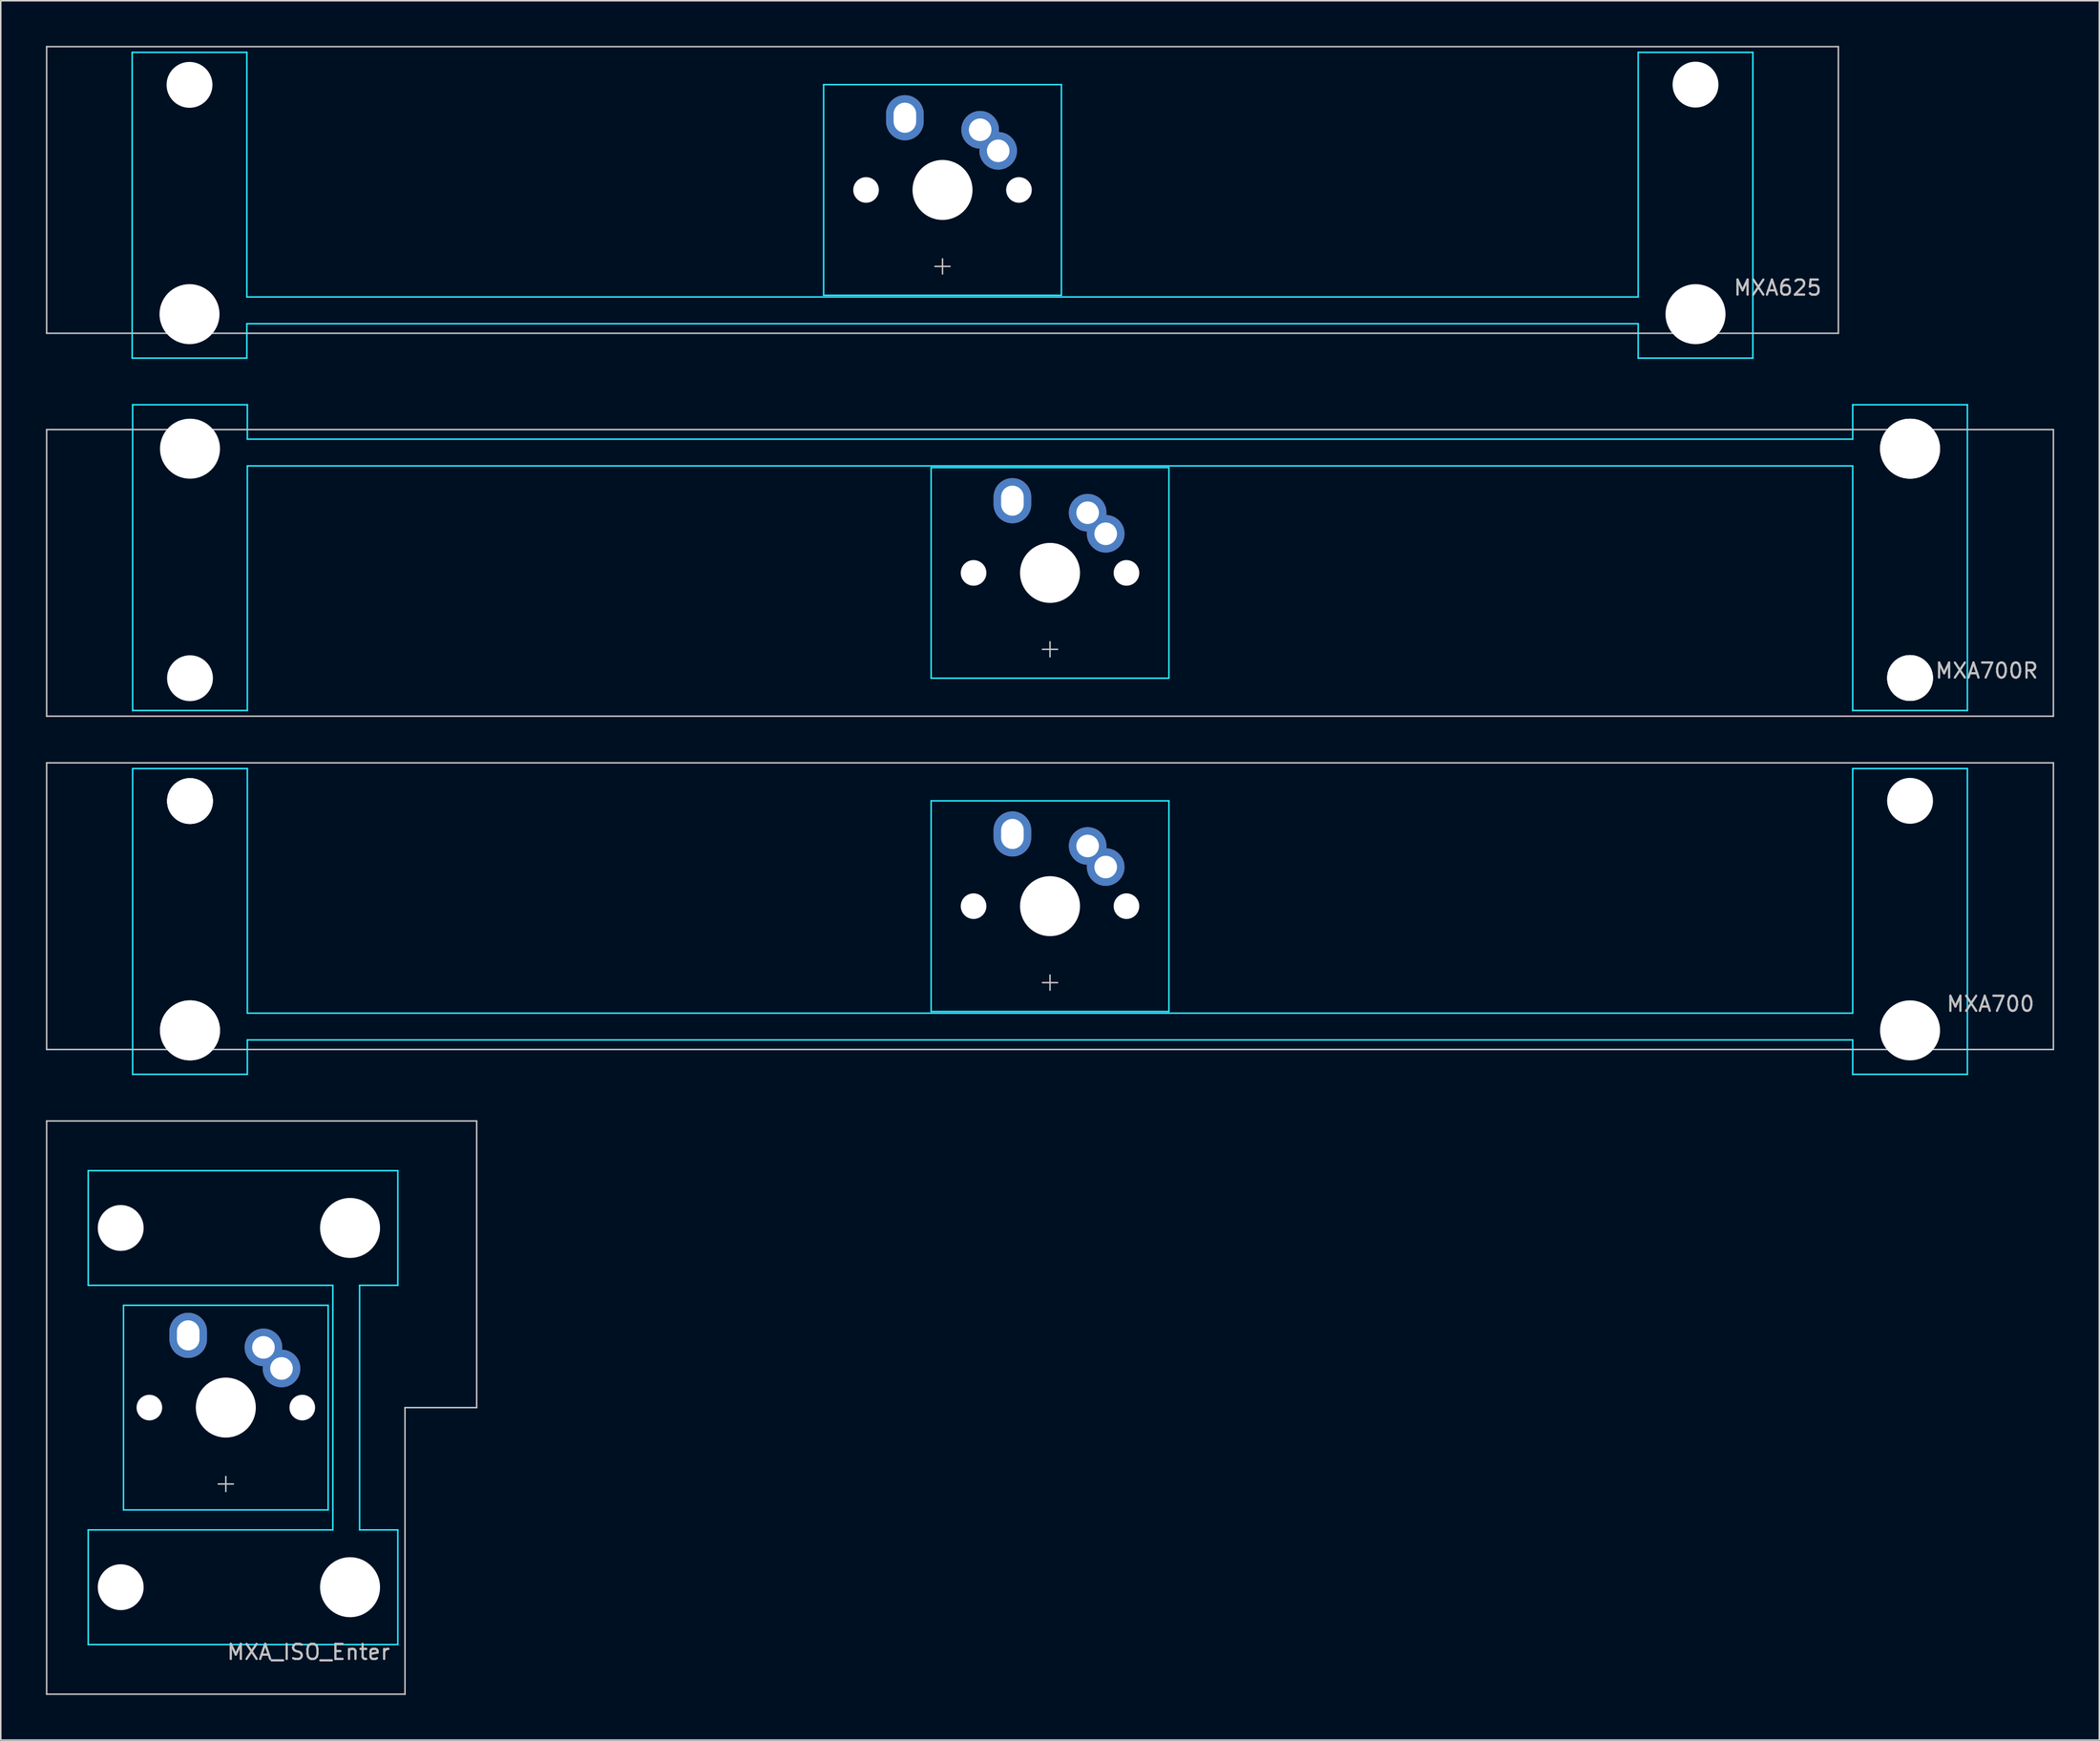
<source format=kicad_pcb>
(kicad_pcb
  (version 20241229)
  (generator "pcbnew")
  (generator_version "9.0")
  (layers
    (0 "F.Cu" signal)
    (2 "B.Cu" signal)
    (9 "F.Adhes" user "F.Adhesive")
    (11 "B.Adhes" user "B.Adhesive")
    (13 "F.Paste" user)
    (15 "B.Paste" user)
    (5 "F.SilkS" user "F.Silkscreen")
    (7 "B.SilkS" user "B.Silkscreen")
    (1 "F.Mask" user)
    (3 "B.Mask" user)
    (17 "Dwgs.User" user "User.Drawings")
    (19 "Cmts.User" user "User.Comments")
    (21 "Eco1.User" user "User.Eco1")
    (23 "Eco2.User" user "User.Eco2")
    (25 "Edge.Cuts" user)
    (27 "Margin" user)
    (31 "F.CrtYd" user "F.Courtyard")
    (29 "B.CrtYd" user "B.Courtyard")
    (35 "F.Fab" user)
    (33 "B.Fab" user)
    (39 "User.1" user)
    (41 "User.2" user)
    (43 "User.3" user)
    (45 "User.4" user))
  (footprint "MXA700"
    (layer "F.Cu")
    (at 66.725 57.177)
    (property "Reference" "MXA700" (at 65.5 6.5 0) (layer "Dwgs.User") (effects (font (size 1 1) (thickness 0.15)) (justify right)))
    (attr through_hole)
    (fp_line (start -66.675 -9.525) (end -66.675 9.525) (stroke (width 0.1) (type solid)) (layer "Dwgs.User"))
    (fp_line (start -66.675 -9.525) (end 66.675 -9.525) (stroke (width 0.1) (type solid)) (layer "Dwgs.User"))
    (fp_line (start -66.675 9.525) (end 66.675 9.525) (stroke (width 0.1) (type solid)) (layer "Dwgs.User"))
    (fp_line (start -0.5 5.08) (end 0.5 5.08) (stroke (width 0.1) (type solid)) (layer "Dwgs.User"))
    (fp_line (start 0 4.58) (end 0 5.58) (stroke (width 0.1) (type solid)) (layer "Dwgs.User"))
    (fp_line (start 66.675 -9.525) (end 66.675 9.525) (stroke (width 0.1) (type solid)) (layer "Dwgs.User"))
    (fp_line (start -60.96 -9.144) (end -60.96 11.176) (stroke (width 0.1) (type solid)) (layer "B.CrtYd"))
    (fp_line (start -60.96 -9.144) (end -53.34 -9.144) (stroke (width 0.1) (type solid)) (layer "B.CrtYd"))
    (fp_line (start -60.96 11.176) (end -53.34 11.176) (stroke (width 0.1) (type solid)) (layer "B.CrtYd"))
    (fp_line (start -53.34 7.112) (end -53.34 -9.144) (stroke (width 0.1) (type solid)) (layer "B.CrtYd"))
    (fp_line (start -53.34 7.112) (end 53.34 7.112) (stroke (width 0.1) (type solid)) (layer "B.CrtYd"))
    (fp_line (start -53.34 8.89) (end -53.34 11.176) (stroke (width 0.1) (type solid)) (layer "B.CrtYd"))
    (fp_line (start -53.34 8.89) (end 53.34 8.89) (stroke (width 0.1) (type solid)) (layer "B.CrtYd"))
    (fp_line (start -7.9 -7) (end 7.9 -7) (stroke (width 0.1) (type solid)) (layer "B.CrtYd"))
    (fp_line (start -7.9 7) (end -7.9 -7) (stroke (width 0.1) (type solid)) (layer "B.CrtYd"))
    (fp_line (start -7.9 7) (end 7.9 7) (stroke (width 0.1) (type solid)) (layer "B.CrtYd"))
    (fp_line (start 7.9 7) (end 7.9 -7) (stroke (width 0.1) (type solid)) (layer "B.CrtYd"))
    (fp_line (start 53.34 -9.144) (end 60.96 -9.144) (stroke (width 0.1) (type solid)) (layer "B.CrtYd"))
    (fp_line (start 53.34 7.112) (end 53.34 -9.144) (stroke (width 0.1) (type solid)) (layer "B.CrtYd"))
    (fp_line (start 53.34 8.89) (end 53.34 11.176) (stroke (width 0.1) (type solid)) (layer "B.CrtYd"))
    (fp_line (start 53.34 11.176) (end 60.96 11.176) (stroke (width 0.1) (type solid)) (layer "B.CrtYd"))
    (fp_line (start 60.96 -9.144) (end 60.96 11.176) (stroke (width 0.1) (type solid)) (layer "B.CrtYd"))
    (pad "" np_thru_hole circle (at -57.15 -6.985 180) (size 3.048 3.048) (drill 3.048) (layers "*.Cu" "*.Mask"))
    (pad "" np_thru_hole circle (at -57.15 -6.985 180) (size 3.048 3.048) (drill 3.048) (layers "*.Cu" "*.Mask"))
    (pad "" np_thru_hole circle (at -57.15 8.255 180) (size 3.988 3.988) (drill 3.988) (layers "*.Cu" "*.Mask"))
    (pad "" np_thru_hole circle (at -57.15 8.255 180) (size 3.988 3.988) (drill 3.988) (layers "*.Cu" "*.Mask"))
    (pad "" np_thru_hole circle (at -5.08 0) (size 1.702 1.702) (drill 1.702) (layers "*.Cu" "*.Mask"))
    (pad "" smd oval (at -2.5 -4.8) (size 1.4 1.9) (layers "B.Mask"))
    (pad "" np_thru_hole circle (at 0 0) (size 3.988 3.988) (drill 3.988) (layers "*.Cu" "*.Mask"))
    (pad "" smd circle (at 2.5 -4 45) (size 1.4 1.4) (layers "B.Mask"))
    (pad "" smd circle (at 3.7 -2.6 45) (size 1.4 1.4) (layers "B.Mask"))
    (pad "" np_thru_hole circle (at 5.08 0) (size 1.702 1.702) (drill 1.702) (layers "*.Cu" "*.Mask"))
    (pad "" np_thru_hole circle (at 57.15 -7 180) (size 3.048 3.048) (drill 3.048) (layers "*.Cu" "*.Mask"))
    (pad "" np_thru_hole circle (at 57.15 8.255 180) (size 3.988 3.988) (drill 3.988) (layers "*.Cu" "*.Mask"))
    (pad "1" thru_hole oval (at -2.5 -4.8) (size 2.5 3) (drill oval 1.5 2) (layers "*.Cu" "F.Mask"))
    (pad "2" thru_hole circle (at 2.5 -4 45) (size 2.5 2.5) (drill 1.5) (layers "*.Cu" "F.Mask"))
    (pad "2" thru_hole circle (at 3.7 -2.6 45) (size 2.5 2.5) (drill 1.5) (layers "*.Cu" "F.Mask")))
  (footprint "MXA_ISO_Enter"
    (layer "F.Cu")
    (at 11.956 90.503)
    (property "Reference" "MXA_ISO_Enter" (at 11 16.25 0) (layer "Dwgs.User") (effects (font (size 1 1) (thickness 0.15)) (justify right)))
    (attr through_hole)
    (fp_line (start -11.906 19.05) (end -11.906 -19.05) (stroke (width 0.1) (type solid)) (layer "Dwgs.User"))
    (fp_line (start -0.5 5.08) (end 0.5 5.08) (stroke (width 0.1) (type solid)) (layer "Dwgs.User"))
    (fp_line (start 0 4.58) (end 0 5.58) (stroke (width 0.1) (type solid)) (layer "Dwgs.User"))
    (fp_line (start 11.906 19.05) (end -11.906 19.05) (stroke (width 0.1) (type solid)) (layer "Dwgs.User"))
    (fp_line (start 11.906 19.05) (end 11.906 0) (stroke (width 0.1) (type solid)) (layer "Dwgs.User"))
    (fp_line (start 16.669 -19.05) (end -11.906 -19.05) (stroke (width 0.1) (type solid)) (layer "Dwgs.User"))
    (fp_line (start 16.669 0) (end 11.906 0) (stroke (width 0.1) (type solid)) (layer "Dwgs.User"))
    (fp_line (start 16.669 0) (end 16.669 -19.05) (stroke (width 0.1) (type solid)) (layer "Dwgs.User"))
    (fp_line (start -9.144 -15.748) (end 11.43 -15.748) (stroke (width 0.1) (type solid)) (layer "B.CrtYd"))
    (fp_line (start -9.144 -8.128) (end -9.144 -15.748) (stroke (width 0.1) (type solid)) (layer "B.CrtYd"))
    (fp_line (start -9.144 -8.128) (end 7.112 -8.128) (stroke (width 0.1) (type solid)) (layer "B.CrtYd"))
    (fp_line (start -9.144 8.128) (end 7.112 8.128) (stroke (width 0.1) (type solid)) (layer "B.CrtYd"))
    (fp_line (start -9.144 15.748) (end -9.144 8.128) (stroke (width 0.1) (type solid)) (layer "B.CrtYd"))
    (fp_line (start -6.8 6.8) (end -6.8 -6.8) (stroke (width 0.1) (type solid)) (layer "B.CrtYd"))
    (fp_line (start 6.8 -6.8) (end -6.8 -6.8) (stroke (width 0.1) (type solid)) (layer "B.CrtYd"))
    (fp_line (start 6.8 6.8) (end -6.8 6.8) (stroke (width 0.1) (type solid)) (layer "B.CrtYd"))
    (fp_line (start 6.8 6.8) (end 6.8 -6.8) (stroke (width 0.1) (type solid)) (layer "B.CrtYd"))
    (fp_line (start 7.112 8.128) (end 7.112 -8.128) (stroke (width 0.1) (type solid)) (layer "B.CrtYd"))
    (fp_line (start 8.89 8.128) (end 8.89 -8.128) (stroke (width 0.1) (type solid)) (layer "B.CrtYd"))
    (fp_line (start 11.43 -15.748) (end 11.43 -8.128) (stroke (width 0.1) (type solid)) (layer "B.CrtYd"))
    (fp_line (start 11.43 -8.128) (end 8.89 -8.128) (stroke (width 0.1) (type solid)) (layer "B.CrtYd"))
    (fp_line (start 11.43 8.128) (end 8.89 8.128) (stroke (width 0.1) (type solid)) (layer "B.CrtYd"))
    (fp_line (start 11.43 8.128) (end 11.43 15.748) (stroke (width 0.1) (type solid)) (layer "B.CrtYd"))
    (fp_line (start 11.43 15.748) (end -9.144 15.748) (stroke (width 0.1) (type solid)) (layer "B.CrtYd"))
    (pad "" np_thru_hole circle (at -6.985 -11.938 90) (size 3.048 3.048) (drill 3.048) (layers "*.Cu" "*.Mask"))
    (pad "" np_thru_hole circle (at -6.985 11.938 90) (size 3.048 3.048) (drill 3.048) (layers "*.Cu" "*.Mask"))
    (pad "" np_thru_hole circle (at -5.08 0) (size 1.702 1.702) (drill 1.702) (layers "*.Cu" "*.Mask"))
    (pad "" smd oval (at -2.5 -4.8) (size 1.4 1.9) (layers "B.Mask"))
    (pad "" np_thru_hole circle (at 0 0) (size 3.988 3.988) (drill 3.988) (layers "*.Cu" "*.Mask"))
    (pad "" smd circle (at 2.5 -4 45) (size 1.4 1.4) (layers "B.Mask"))
    (pad "" smd circle (at 3.7 -2.6 45) (size 1.4 1.4) (layers "B.Mask"))
    (pad "" np_thru_hole circle (at 5.08 0) (size 1.702 1.702) (drill 1.702) (layers "*.Cu" "*.Mask"))
    (pad "" np_thru_hole circle (at 8.255 -11.938 90) (size 3.988 3.988) (drill 3.988) (layers "*.Cu" "*.Mask"))
    (pad "" np_thru_hole circle (at 8.255 11.938 90) (size 3.988 3.988) (drill 3.988) (layers "*.Cu" "*.Mask"))
    (pad "1" thru_hole oval (at -2.5 -4.8) (size 2.5 3) (drill oval 1.5 2) (layers "*.Cu" "F.Mask"))
    (pad "2" thru_hole circle (at 2.5 -4 45) (size 2.5 2.5) (drill 1.5) (layers "*.Cu" "F.Mask"))
    (pad "2" thru_hole circle (at 3.7 -2.6 45) (size 2.5 2.5) (drill 1.5) (layers "*.Cu" "F.Mask")))
  (footprint "MXA625"
    (layer "F.Cu")
    (at 59.581 9.575)
    (property "Reference" "MXA625" (at 58.5 6.5 0) (layer "Dwgs.User") (effects (font (size 1 1) (thickness 0.15)) (justify right)))
    (attr through_hole)
    (fp_line (start -59.531 -9.525) (end -59.531 9.525) (stroke (width 0.1) (type solid)) (layer "Dwgs.User"))
    (fp_line (start -59.531 -9.525) (end 59.531 -9.525) (stroke (width 0.1) (type solid)) (layer "Dwgs.User"))
    (fp_line (start -59.531 9.525) (end 59.531 9.525) (stroke (width 0.1) (type solid)) (layer "Dwgs.User"))
    (fp_line (start -0.5 5.08) (end 0.5 5.08) (stroke (width 0.1) (type solid)) (layer "Dwgs.User"))
    (fp_line (start 0 4.58) (end 0 5.58) (stroke (width 0.1) (type solid)) (layer "Dwgs.User"))
    (fp_line (start 59.531 -9.525) (end 59.531 9.525) (stroke (width 0.1) (type solid)) (layer "Dwgs.User"))
    (fp_line (start -53.848 -9.144) (end -53.848 11.176) (stroke (width 0.1) (type solid)) (layer "B.CrtYd"))
    (fp_line (start -53.848 -9.144) (end -46.228 -9.144) (stroke (width 0.1) (type solid)) (layer "B.CrtYd"))
    (fp_line (start -53.848 11.176) (end -46.228 11.176) (stroke (width 0.1) (type solid)) (layer "B.CrtYd"))
    (fp_line (start -46.228 7.112) (end -46.228 -9.144) (stroke (width 0.1) (type solid)) (layer "B.CrtYd"))
    (fp_line (start -46.228 7.112) (end 46.228 7.112) (stroke (width 0.1) (type solid)) (layer "B.CrtYd"))
    (fp_line (start -46.228 8.89) (end -46.228 11.176) (stroke (width 0.1) (type solid)) (layer "B.CrtYd"))
    (fp_line (start -46.228 8.89) (end 46.228 8.89) (stroke (width 0.1) (type solid)) (layer "B.CrtYd"))
    (fp_line (start -7.9 -7) (end 7.9 -7) (stroke (width 0.1) (type solid)) (layer "B.CrtYd"))
    (fp_line (start -7.9 7) (end -7.9 -7) (stroke (width 0.1) (type solid)) (layer "B.CrtYd"))
    (fp_line (start -7.9 7) (end 7.9 7) (stroke (width 0.1) (type solid)) (layer "B.CrtYd"))
    (fp_line (start 7.9 7) (end 7.9 -7) (stroke (width 0.1) (type solid)) (layer "B.CrtYd"))
    (fp_line (start 46.228 -9.144) (end 53.848 -9.144) (stroke (width 0.1) (type solid)) (layer "B.CrtYd"))
    (fp_line (start 46.228 7.112) (end 46.228 -9.144) (stroke (width 0.1) (type solid)) (layer "B.CrtYd"))
    (fp_line (start 46.228 8.89) (end 46.228 11.176) (stroke (width 0.1) (type solid)) (layer "B.CrtYd"))
    (fp_line (start 46.228 11.176) (end 53.848 11.176) (stroke (width 0.1) (type solid)) (layer "B.CrtYd"))
    (fp_line (start 53.848 -9.144) (end 53.848 11.176) (stroke (width 0.1) (type solid)) (layer "B.CrtYd"))
    (pad "" np_thru_hole circle (at -50.038 -6.985 180) (size 3.048 3.048) (drill 3.048) (layers "*.Cu" "*.Mask"))
    (pad "" np_thru_hole circle (at -50.038 8.255 180) (size 3.988 3.988) (drill 3.988) (layers "*.Cu" "*.Mask"))
    (pad "" np_thru_hole circle (at -5.08 0) (size 1.702 1.702) (drill 1.702) (layers "*.Cu" "*.Mask"))
    (pad "" smd oval (at -2.5 -4.8) (size 1.4 1.9) (layers "B.Mask"))
    (pad "" np_thru_hole circle (at 0 0) (size 3.988 3.988) (drill 3.988) (layers "*.Cu" "*.Mask"))
    (pad "" smd circle (at 2.5 -4 45) (size 1.4 1.4) (layers "B.Mask"))
    (pad "" smd circle (at 3.7 -2.6 45) (size 1.4 1.4) (layers "B.Mask"))
    (pad "" np_thru_hole circle (at 5.08 0) (size 1.702 1.702) (drill 1.702) (layers "*.Cu" "*.Mask"))
    (pad "" np_thru_hole circle (at 50.038 -7 180) (size 3.048 3.048) (drill 3.048) (layers "*.Cu" "*.Mask"))
    (pad "" np_thru_hole circle (at 50.038 8.255 180) (size 3.988 3.988) (drill 3.988) (layers "*.Cu" "*.Mask"))
    (pad "1" thru_hole oval (at -2.5 -4.8) (size 2.5 3) (drill oval 1.5 2) (layers "*.Cu" "F.Mask"))
    (pad "2" thru_hole circle (at 2.5 -4 45) (size 2.5 2.5) (drill 1.5) (layers "*.Cu" "F.Mask"))
    (pad "2" thru_hole circle (at 3.7 -2.6 45) (size 2.5 2.5) (drill 1.5) (layers "*.Cu" "F.Mask")))
  (footprint "MXA700R"
    (layer "F.Cu")
    (at 66.725 35.027)
    (property "Reference" "MXA700R" (at 65.75 6.5 0) (layer "Dwgs.User") (effects (font (size 1 1) (thickness 0.15)) (justify right)))
    (attr through_hole)
    (fp_line (start -66.675 -9.525) (end -66.675 9.525) (stroke (width 0.1) (type solid)) (layer "Dwgs.User"))
    (fp_line (start -66.675 -9.525) (end 66.675 -9.525) (stroke (width 0.1) (type solid)) (layer "Dwgs.User"))
    (fp_line (start -66.675 9.525) (end 66.675 9.525) (stroke (width 0.1) (type solid)) (layer "Dwgs.User"))
    (fp_line (start -0.5 5.08) (end 0.5 5.08) (stroke (width 0.1) (type solid)) (layer "Dwgs.User"))
    (fp_line (start 0 4.58) (end 0 5.58) (stroke (width 0.1) (type solid)) (layer "Dwgs.User"))
    (fp_line (start 66.675 -9.525) (end 66.675 9.525) (stroke (width 0.1) (type solid)) (layer "Dwgs.User"))
    (fp_line (start -60.96 9.144) (end -60.96 -11.176) (stroke (width 0.1) (type solid)) (layer "B.CrtYd"))
    (fp_line (start -53.34 -11.176) (end -60.96 -11.176) (stroke (width 0.1) (type solid)) (layer "B.CrtYd"))
    (fp_line (start -53.34 -8.89) (end -53.34 -11.176) (stroke (width 0.1) (type solid)) (layer "B.CrtYd"))
    (fp_line (start -53.34 -7.112) (end -53.34 9.144) (stroke (width 0.1) (type solid)) (layer "B.CrtYd"))
    (fp_line (start -53.34 9.144) (end -60.96 9.144) (stroke (width 0.1) (type solid)) (layer "B.CrtYd"))
    (fp_line (start -7.9 -7) (end -7.9 7) (stroke (width 0.1) (type solid)) (layer "B.CrtYd"))
    (fp_line (start 7.9 -7) (end -7.9 -7) (stroke (width 0.1) (type solid)) (layer "B.CrtYd"))
    (fp_line (start 7.9 -7) (end 7.9 7) (stroke (width 0.1) (type solid)) (layer "B.CrtYd"))
    (fp_line (start 7.9 7) (end -7.9 7) (stroke (width 0.1) (type solid)) (layer "B.CrtYd"))
    (fp_line (start 53.34 -8.89) (end -53.34 -8.89) (stroke (width 0.1) (type solid)) (layer "B.CrtYd"))
    (fp_line (start 53.34 -8.89) (end 53.34 -11.176) (stroke (width 0.1) (type solid)) (layer "B.CrtYd"))
    (fp_line (start 53.34 -7.112) (end -53.34 -7.112) (stroke (width 0.1) (type solid)) (layer "B.CrtYd"))
    (fp_line (start 53.34 -7.112) (end 53.34 9.144) (stroke (width 0.1) (type solid)) (layer "B.CrtYd"))
    (fp_line (start 60.96 -11.176) (end 53.34 -11.176) (stroke (width 0.1) (type solid)) (layer "B.CrtYd"))
    (fp_line (start 60.96 9.144) (end 53.34 9.144) (stroke (width 0.1) (type solid)) (layer "B.CrtYd"))
    (fp_line (start 60.96 9.144) (end 60.96 -11.176) (stroke (width 0.1) (type solid)) (layer "B.CrtYd"))
    (pad "" np_thru_hole circle (at -57.15 -8.255) (size 3.988 3.988) (drill 3.988) (layers "*.Cu" "*.Mask"))
    (pad "" np_thru_hole circle (at -57.15 7) (size 3.048 3.048) (drill 3.048) (layers "*.Cu" "*.Mask"))
    (pad "" np_thru_hole circle (at -5.08 0) (size 1.702 1.702) (drill 1.702) (layers "*.Cu" "*.Mask"))
    (pad "" smd oval (at -2.5 -4.8) (size 1.4 1.9) (layers "B.Mask"))
    (pad "" np_thru_hole circle (at 0 0) (size 3.988 3.988) (drill 3.988) (layers "*.Cu" "*.Mask"))
    (pad "" smd circle (at 2.5 -4 45) (size 1.4 1.4) (layers "B.Mask"))
    (pad "" smd circle (at 3.7 -2.6 45) (size 1.4 1.4) (layers "B.Mask"))
    (pad "" np_thru_hole circle (at 5.08 0) (size 1.702 1.702) (drill 1.702) (layers "*.Cu" "*.Mask"))
    (pad "" np_thru_hole circle (at 57.15 -8.255) (size 3.988 3.988) (drill 3.988) (layers "*.Cu" "*.Mask"))
    (pad "" np_thru_hole circle (at 57.15 -8.255) (size 3.988 3.988) (drill 3.988) (layers "*.Cu" "*.Mask"))
    (pad "" np_thru_hole circle (at 57.15 6.985) (size 3.048 3.048) (drill 3.048) (layers "*.Cu" "*.Mask"))
    (pad "" np_thru_hole circle (at 57.15 6.985) (size 3.048 3.048) (drill 3.048) (layers "*.Cu" "*.Mask"))
    (pad "1" thru_hole oval (at -2.5 -4.8) (size 2.5 3) (drill oval 1.5 2) (layers "*.Cu" "F.Mask"))
    (pad "2" thru_hole circle (at 2.5 -4 45) (size 2.5 2.5) (drill 1.5) (layers "*.Cu" "F.Mask"))
    (pad "2" thru_hole circle (at 3.7 -2.6 45) (size 2.5 2.5) (drill 1.5) (layers "*.Cu" "F.Mask")))
  (gr_rect
    (start -3 -3)
    (end 136.45 112.603)
    (stroke (width 0.1) (type default))
    (fill no)
    (layer "Edge.Cuts")))
</source>
